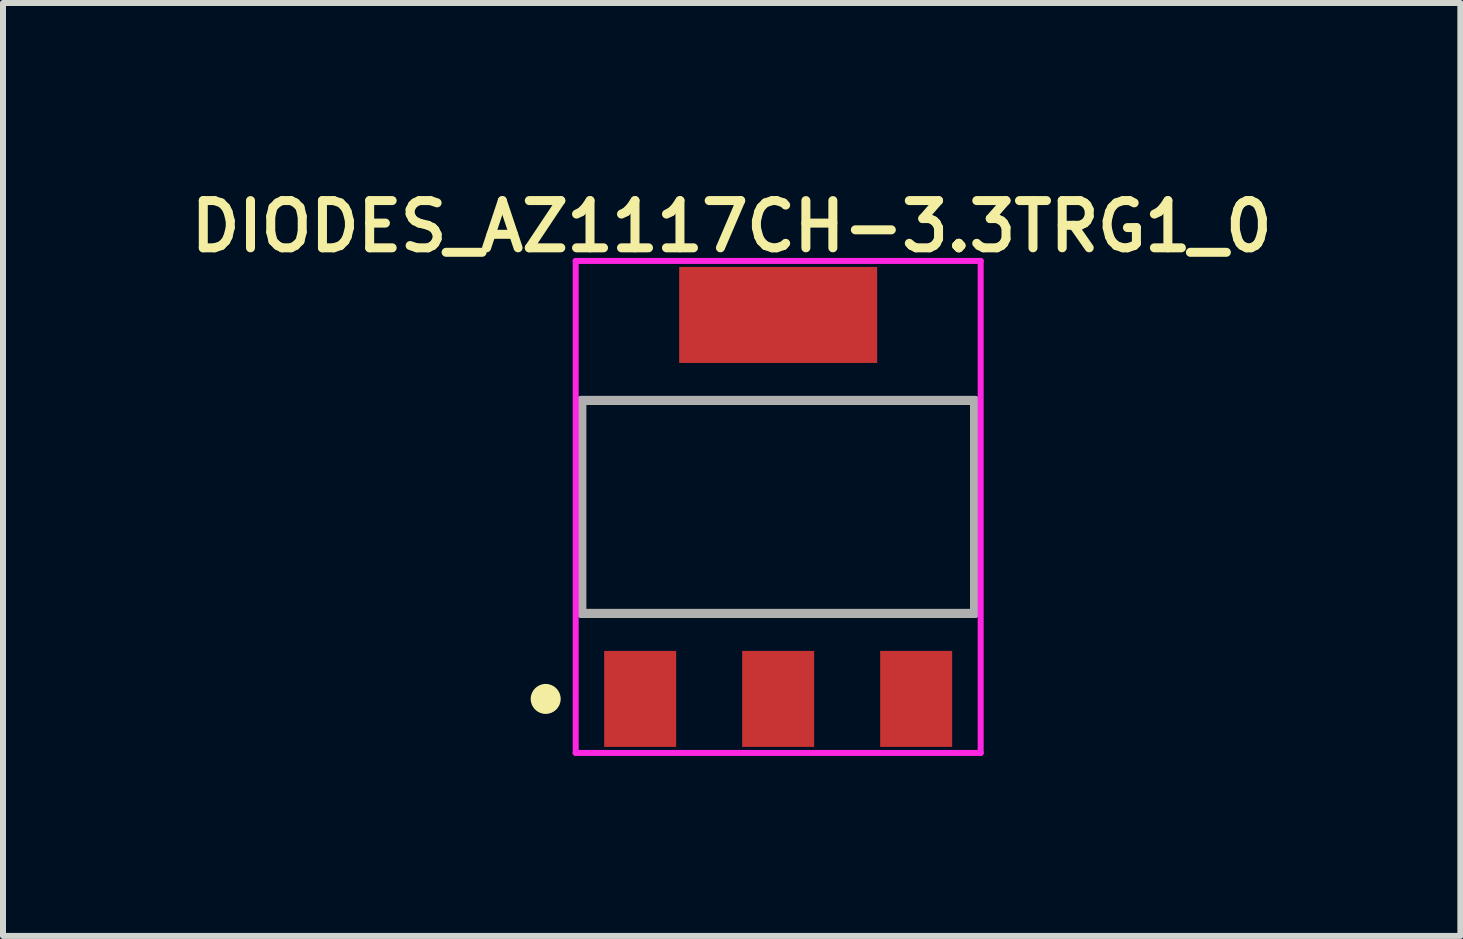
<source format=kicad_pcb>
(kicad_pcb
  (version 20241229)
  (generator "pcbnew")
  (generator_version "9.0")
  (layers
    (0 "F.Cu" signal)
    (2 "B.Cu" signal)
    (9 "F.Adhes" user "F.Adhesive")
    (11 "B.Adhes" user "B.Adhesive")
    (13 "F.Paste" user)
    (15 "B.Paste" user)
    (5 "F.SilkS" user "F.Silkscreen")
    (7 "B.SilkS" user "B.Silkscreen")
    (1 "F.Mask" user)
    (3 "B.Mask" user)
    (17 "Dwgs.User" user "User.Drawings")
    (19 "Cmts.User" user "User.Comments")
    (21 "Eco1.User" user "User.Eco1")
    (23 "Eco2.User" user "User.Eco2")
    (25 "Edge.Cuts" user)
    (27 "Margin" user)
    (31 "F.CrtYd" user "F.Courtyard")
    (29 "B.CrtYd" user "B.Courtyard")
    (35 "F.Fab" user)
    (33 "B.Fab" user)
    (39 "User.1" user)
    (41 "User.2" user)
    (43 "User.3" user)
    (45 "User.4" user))
  (footprint "DIODES_AZ1117CH-3.3TRG1_0"
    (layer "F.Cu")
    (at 9.92 5.399)
    (property "Reference" "DIODES_AZ1117CH-3.3TRG1_0" (at -0.775 -4.675 0) (layer "F.SilkS") (effects (font (size 0.787 0.787) (thickness 0.15))))
    (attr through_hole)
    (fp_line (start -3.275 -1.775) (end 3.275 -1.775) (stroke (width 0.15) (type solid)) (layer "F.SilkS"))
    (fp_line (start -3.275 1.775) (end -3.275 -1.775) (stroke (width 0.15) (type solid)) (layer "F.SilkS"))
    (fp_line (start -3.275 1.775) (end 3.275 1.775) (stroke (width 0.15) (type solid)) (layer "F.SilkS"))
    (fp_line (start 3.275 1.775) (end 3.275 -1.775) (stroke (width 0.15) (type solid)) (layer "F.SilkS"))
    (fp_circle (center -3.875 3.2) (end -3.625 3.2) (stroke (width 0) (type solid)) (fill yes) (layer "F.SilkS"))
    (fp_line (start -3.375 -4.1) (end 3.375 -4.1) (stroke (width 0.1) (type solid)) (layer "F.CrtYd"))
    (fp_line (start -3.375 4.1) (end -3.375 -4.1) (stroke (width 0.1) (type solid)) (layer "F.CrtYd"))
    (fp_line (start 3.375 -4.1) (end 3.375 4.1) (stroke (width 0.1) (type solid)) (layer "F.CrtYd"))
    (fp_line (start 3.375 4.1) (end -3.375 4.1) (stroke (width 0.1) (type solid)) (layer "F.CrtYd"))
    (fp_line (start -3.275 -1.775) (end 3.275 -1.775) (stroke (width 0.15) (type solid)) (layer "F.Fab"))
    (fp_line (start -3.275 1.775) (end -3.275 -1.775) (stroke (width 0.15) (type solid)) (layer "F.Fab"))
    (fp_line (start 3.275 -1.775) (end 3.275 1.775) (stroke (width 0.15) (type solid)) (layer "F.Fab"))
    (fp_line (start 3.275 1.775) (end -3.275 1.775) (stroke (width 0.15) (type solid)) (layer "F.Fab"))
    (pad "1" smd rect (at -2.3 3.2) (size 1.2 1.6) (layers "F.Cu" "F.Mask" "F.Paste"))
    (pad "2" smd rect (at 0 3.2) (size 1.2 1.6) (layers "F.Cu" "F.Mask" "F.Paste"))
    (pad "3" smd rect (at 2.3 3.2) (size 1.2 1.6) (layers "F.Cu" "F.Mask" "F.Paste"))
    (pad "4" smd rect (at 0 -3.2) (size 3.3 1.6) (layers "F.Cu" "F.Mask" "F.Paste")))
  (gr_rect
    (start -3 -3)
    (end 21.29 12.549)
    (stroke (width 0.1) (type default))
    (fill no)
    (layer "Edge.Cuts")))
</source>
